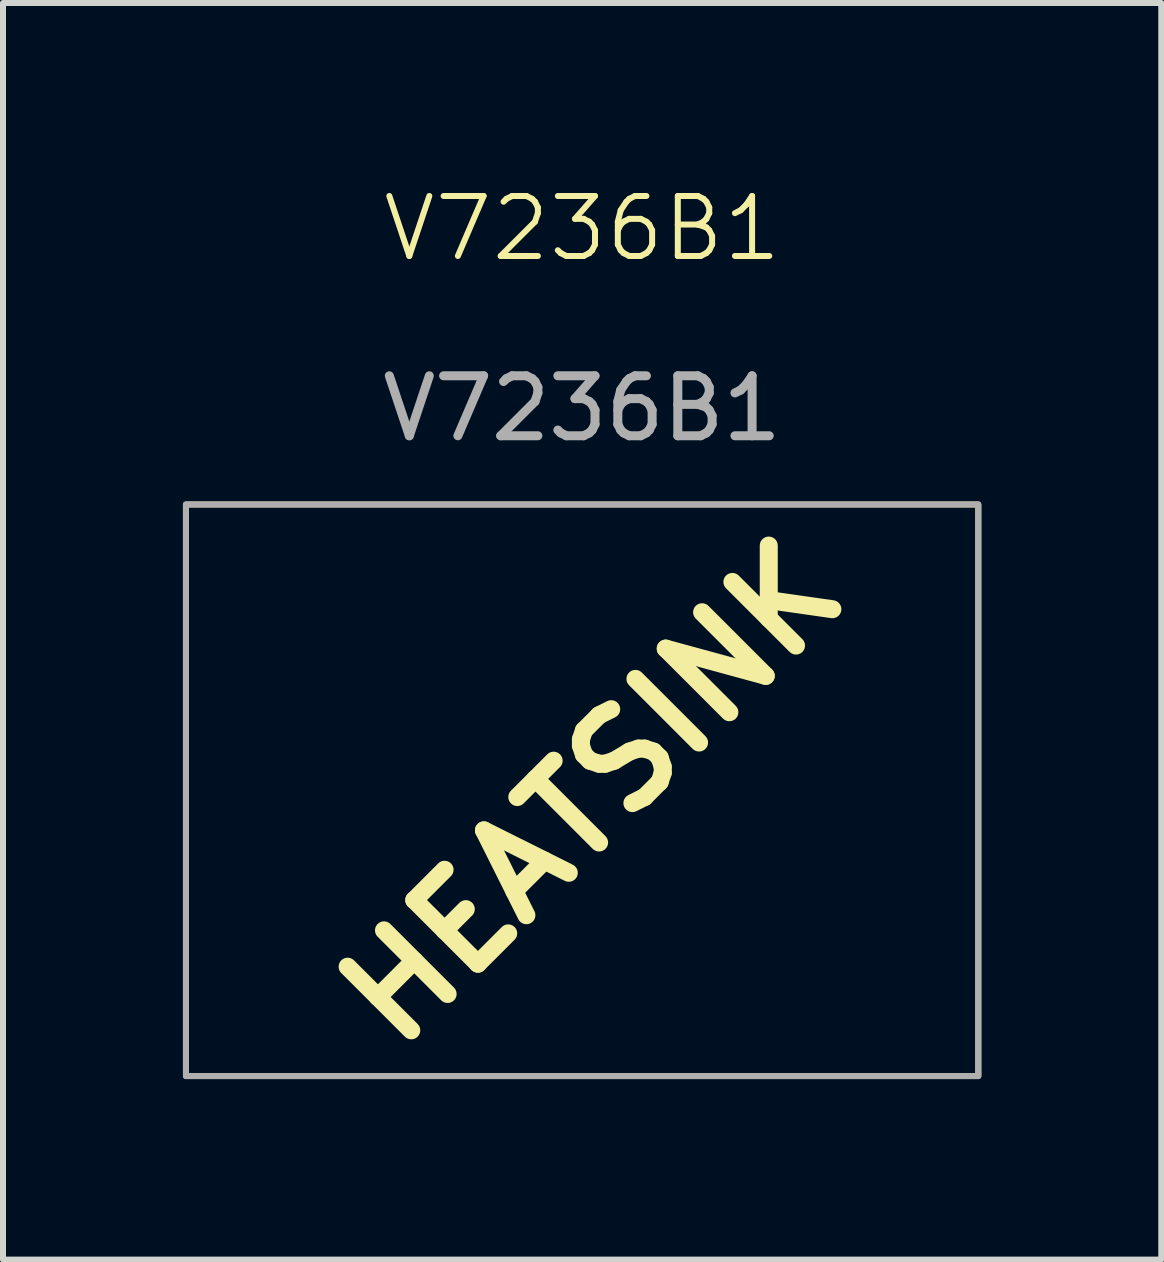
<source format=kicad_pcb>
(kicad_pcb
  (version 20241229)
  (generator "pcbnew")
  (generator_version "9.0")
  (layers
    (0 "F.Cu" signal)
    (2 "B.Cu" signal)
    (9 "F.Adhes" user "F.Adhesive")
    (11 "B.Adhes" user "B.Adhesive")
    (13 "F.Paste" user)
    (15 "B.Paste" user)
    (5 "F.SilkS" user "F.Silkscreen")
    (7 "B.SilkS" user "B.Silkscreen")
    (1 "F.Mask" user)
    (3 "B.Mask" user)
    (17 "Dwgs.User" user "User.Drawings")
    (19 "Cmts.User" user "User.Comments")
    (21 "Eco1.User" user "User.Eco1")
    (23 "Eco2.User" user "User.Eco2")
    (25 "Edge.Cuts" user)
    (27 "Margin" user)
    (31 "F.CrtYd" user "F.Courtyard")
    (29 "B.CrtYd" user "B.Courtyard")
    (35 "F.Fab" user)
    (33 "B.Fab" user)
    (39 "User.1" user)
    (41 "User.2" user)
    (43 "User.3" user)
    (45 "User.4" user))
  (footprint "V7236B1"
    (layer "F.Cu")
    (at 6.655 1.26)
    (property "Reference" "V7236B1" (at 0 -0.5 0) (unlocked yes) (layer "F.SilkS") (effects (font (size 1 1) (thickness 0.1))))
    (attr smd)
    (fp_rect (start -6.605 4.1) (end 6.605 13.63) (stroke (width 0.1) (type solid)) (fill no) (layer "F.SilkS"))
    (fp_rect (start -6.605 4.1) (end 6.605 13.63) (stroke (width 0.1) (type default)) (fill no) (layer "F.Fab"))
    (fp_text user "HEATSINK" (at -3.1 13.4 45) (unlocked yes) (layer "F.SilkS") (effects (font (size 1.5 1.5) (thickness 0.3) (bold yes)) (justify left bottom)))
    (fp_text user "${REFERENCE}" (at 0 2.5 0) (unlocked yes) (layer "F.Fab") (effects (font (size 1 1) (thickness 0.15)))))
  (gr_rect
    (start -3 -3)
    (end 16.31 17.949)
    (stroke (width 0.1) (type default))
    (fill no)
    (layer "Edge.Cuts")))
</source>
